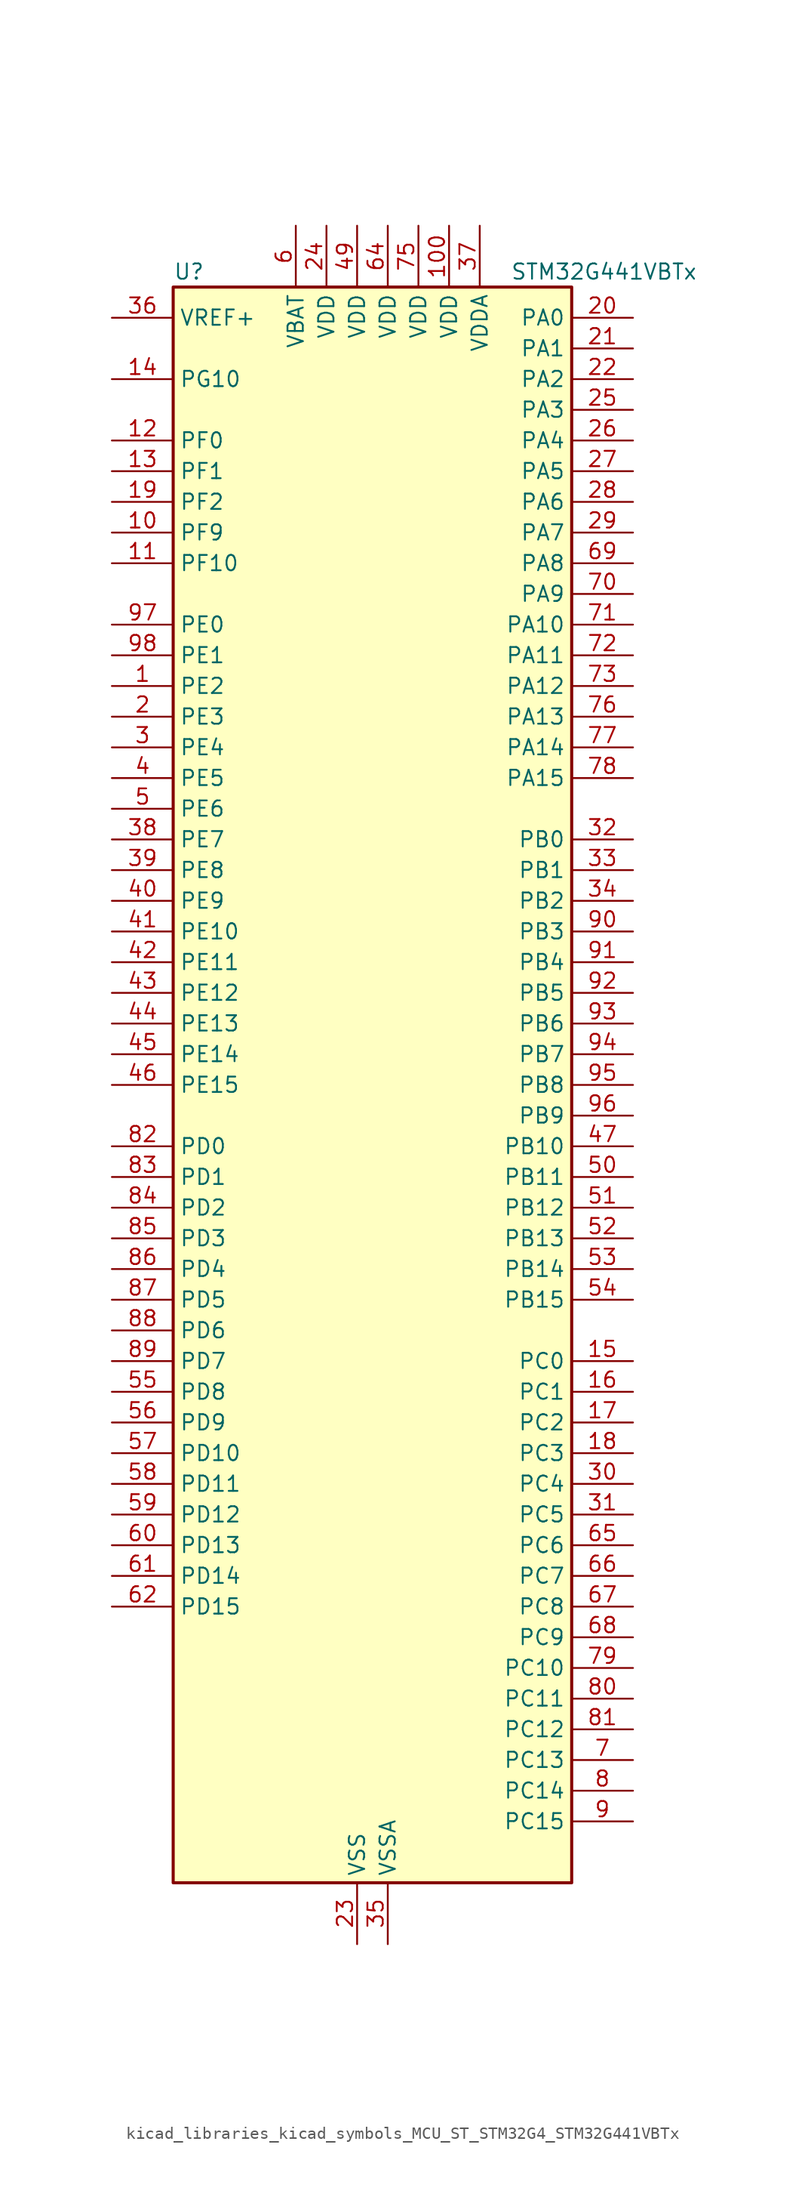
<source format=kicad_sym>
(kicad_symbol_lib
  (version 20220914)
  (generator kicad_symbol_editor)
  (symbol "kicad_libraries_kicad_symbols_MCU_ST_STM32G4_STM32G441VBTx"
    (property "Reference" "U"
      (at -15.24 67.31 0)
      (effects (font (size 1.27 1.27)) (justify left)))
    (property "Value" "STM32G441VBTx"
      (at 12.7 67.31 0)
      (effects (font (size 1.27 1.27)) (justify left)))
    (property "ki_locked" ""
      (at 0 0 0)
      (effects (font (size 1.27 1.27))))
    (symbol "kicad_libraries_kicad_symbols_MCU_ST_STM32G4_STM32G441VBTx_0_1"
      (rectangle (start -15.24 -66.04) (end 17.78 66.04) (stroke (width 0.254) (type default)) (fill (type background))))
    (symbol "kicad_libraries_kicad_symbols_MCU_ST_STM32G4_STM32G441VBTx_1_1"
      (pin bidirectional line (at -20.32 33.02 0) (length 5.08) (name "PE2" (effects (font (size 1.27 1.27)))) (number "1" (effects (font (size 1.27 1.27)))) (alternate "SAI1_CK1" bidirectional line) (alternate "SAI1_MCLK_A" bidirectional line) (alternate "SYS_TRACECLK" bidirectional line) (alternate "TIM3_CH1" bidirectional line))
      (pin bidirectional line (at -20.32 45.72 0) (length 5.08) (name "PF9" (effects (font (size 1.27 1.27)))) (number "10" (effects (font (size 1.27 1.27)))) (alternate "DAC1_EXTI9" bidirectional line) (alternate "DAC3_EXTI9" bidirectional line) (alternate "SAI1_FS_B" bidirectional line) (alternate "SPI2_SCK" bidirectional line) (alternate "TIM15_CH1" bidirectional line))
      (pin power_in line (at 7.62 71.12 270) (length 5.08) (name "VDD" (effects (font (size 1.27 1.27)))) (number "100" (effects (font (size 1.27 1.27)))))
      (pin bidirectional line (at -20.32 43.18 0) (length 5.08) (name "PF10" (effects (font (size 1.27 1.27)))) (number "11" (effects (font (size 1.27 1.27)))) (alternate "DAC1_EXTI10" bidirectional line) (alternate "DAC3_EXTI10" bidirectional line) (alternate "SAI1_D3" bidirectional line) (alternate "SPI2_SCK" bidirectional line) (alternate "TIM15_CH2" bidirectional line))
      (pin bidirectional line (at -20.32 53.34 0) (length 5.08) (name "PF0" (effects (font (size 1.27 1.27)))) (number "12" (effects (font (size 1.27 1.27)))) (alternate "ADC1_IN10" bidirectional line) (alternate "I2C2_SDA" bidirectional line) (alternate "I2S2_WS" bidirectional line) (alternate "RCC_OSC_IN" bidirectional line) (alternate "SPI2_NSS" bidirectional line) (alternate "TIM1_CH3N" bidirectional line))
      (pin bidirectional line (at -20.32 50.8 0) (length 5.08) (name "PF1" (effects (font (size 1.27 1.27)))) (number "13" (effects (font (size 1.27 1.27)))) (alternate "ADC2_IN10" bidirectional line) (alternate "COMP3_INM" bidirectional line) (alternate "I2S2_CK" bidirectional line) (alternate "RCC_OSC_OUT" bidirectional line) (alternate "SPI2_SCK" bidirectional line))
      (pin bidirectional line (at -20.32 58.42 0) (length 5.08) (name "PG10" (effects (font (size 1.27 1.27)))) (number "14" (effects (font (size 1.27 1.27)))) (alternate "DAC1_EXTI10" bidirectional line) (alternate "DAC3_EXTI10" bidirectional line) (alternate "RCC_MCO" bidirectional line))
      (pin bidirectional line (at 22.86 -22.86 180) (length 5.08) (name "PC0" (effects (font (size 1.27 1.27)))) (number "15" (effects (font (size 1.27 1.27)))) (alternate "ADC1_IN6" bidirectional line) (alternate "ADC2_IN6" bidirectional line) (alternate "COMP3_INM" bidirectional line) (alternate "LPTIM1_IN1" bidirectional line) (alternate "LPUART1_RX" bidirectional line) (alternate "TIM1_CH1" bidirectional line))
      (pin bidirectional line (at 22.86 -25.4 180) (length 5.08) (name "PC1" (effects (font (size 1.27 1.27)))) (number "16" (effects (font (size 1.27 1.27)))) (alternate "ADC1_IN7" bidirectional line) (alternate "ADC2_IN7" bidirectional line) (alternate "COMP3_INP" bidirectional line) (alternate "LPTIM1_OUT" bidirectional line) (alternate "LPUART1_TX" bidirectional line) (alternate "SAI1_SD_A" bidirectional line) (alternate "TIM1_CH2" bidirectional line))
      (pin bidirectional line (at 22.86 -27.94 180) (length 5.08) (name "PC2" (effects (font (size 1.27 1.27)))) (number "17" (effects (font (size 1.27 1.27)))) (alternate "ADC1_IN8" bidirectional line) (alternate "ADC2_IN8" bidirectional line) (alternate "COMP3_OUT" bidirectional line) (alternate "LPTIM1_IN2" bidirectional line) (alternate "TIM1_CH3" bidirectional line))
      (pin bidirectional line (at 22.86 -30.48 180) (length 5.08) (name "PC3" (effects (font (size 1.27 1.27)))) (number "18" (effects (font (size 1.27 1.27)))) (alternate "ADC1_IN9" bidirectional line) (alternate "ADC2_IN9" bidirectional line) (alternate "LPTIM1_ETR" bidirectional line) (alternate "SAI1_D1" bidirectional line) (alternate "SAI1_SD_A" bidirectional line) (alternate "TIM1_BKIN2" bidirectional line) (alternate "TIM1_CH4" bidirectional line))
      (pin bidirectional line (at -20.32 48.26 0) (length 5.08) (name "PF2" (effects (font (size 1.27 1.27)))) (number "19" (effects (font (size 1.27 1.27)))) (alternate "I2C2_SMBA" bidirectional line))
      (pin bidirectional line (at -20.32 30.48 0) (length 5.08) (name "PE3" (effects (font (size 1.27 1.27)))) (number "2" (effects (font (size 1.27 1.27)))) (alternate "SAI1_SD_B" bidirectional line) (alternate "SYS_TRACED0" bidirectional line) (alternate "TIM3_CH2" bidirectional line))
      (pin bidirectional line (at 22.86 63.5 180) (length 5.08) (name "PA0" (effects (font (size 1.27 1.27)))) (number "20" (effects (font (size 1.27 1.27)))) (alternate "ADC1_IN1" bidirectional line) (alternate "ADC2_IN1" bidirectional line) (alternate "COMP1_INM" bidirectional line) (alternate "COMP1_OUT" bidirectional line) (alternate "COMP3_INP" bidirectional line) (alternate "RTC_TAMP2" bidirectional line) (alternate "SYS_WKUP1" bidirectional line) (alternate "TIM2_CH1" bidirectional line) (alternate "TIM2_ETR" bidirectional line) (alternate "TIM8_BKIN" bidirectional line) (alternate "TIM8_ETR" bidirectional line) (alternate "USART2_CTS" bidirectional line) (alternate "USART2_NSS" bidirectional line))
      (pin bidirectional line (at 22.86 60.96 180) (length 5.08) (name "PA1" (effects (font (size 1.27 1.27)))) (number "21" (effects (font (size 1.27 1.27)))) (alternate "ADC1_IN2" bidirectional line) (alternate "ADC2_IN2" bidirectional line) (alternate "COMP1_INP" bidirectional line) (alternate "OPAMP1_VINP" bidirectional line) (alternate "OPAMP1_VINP_SEC" bidirectional line) (alternate "OPAMP3_VINP" bidirectional line) (alternate "OPAMP3_VINP_SEC" bidirectional line) (alternate "RTC_REFIN" bidirectional line) (alternate "TIM15_CH1N" bidirectional line) (alternate "TIM2_CH2" bidirectional line) (alternate "USART2_DE" bidirectional line) (alternate "USART2_RTS" bidirectional line))
      (pin bidirectional line (at 22.86 58.42 180) (length 5.08) (name "PA2" (effects (font (size 1.27 1.27)))) (number "22" (effects (font (size 1.27 1.27)))) (alternate "ADC1_IN3" bidirectional line) (alternate "COMP2_INM" bidirectional line) (alternate "COMP2_OUT" bidirectional line) (alternate "LPUART1_TX" bidirectional line) (alternate "OPAMP1_VOUT" bidirectional line) (alternate "RCC_LSCO" bidirectional line) (alternate "SYS_WKUP4" bidirectional line) (alternate "TIM15_CH1" bidirectional line) (alternate "TIM2_CH3" bidirectional line) (alternate "UCPD1_FRSTX1" bidirectional line) (alternate "UCPD1_FRSTX2" bidirectional line) (alternate "USART2_TX" bidirectional line))
      (pin power_in line (at 0 -71.12 90) (length 5.08) (name "VSS" (effects (font (size 1.27 1.27)))) (number "23" (effects (font (size 1.27 1.27)))))
      (pin power_in line (at -2.54 71.12 270) (length 5.08) (name "VDD" (effects (font (size 1.27 1.27)))) (number "24" (effects (font (size 1.27 1.27)))))
      (pin bidirectional line (at 22.86 55.88 180) (length 5.08) (name "PA3" (effects (font (size 1.27 1.27)))) (number "25" (effects (font (size 1.27 1.27)))) (alternate "ADC1_IN4" bidirectional line) (alternate "COMP2_INP" bidirectional line) (alternate "LPUART1_RX" bidirectional line) (alternate "OPAMP1_VINM" bidirectional line) (alternate "OPAMP1_VINM0" bidirectional line) (alternate "OPAMP1_VINM_SEC" bidirectional line) (alternate "OPAMP1_VINP" bidirectional line) (alternate "OPAMP1_VINP_SEC" bidirectional line) (alternate "SAI1_CK1" bidirectional line) (alternate "SAI1_MCLK_A" bidirectional line) (alternate "TIM15_CH2" bidirectional line) (alternate "TIM2_CH4" bidirectional line) (alternate "USART2_RX" bidirectional line))
      (pin bidirectional line (at 22.86 53.34 180) (length 5.08) (name "PA4" (effects (font (size 1.27 1.27)))) (number "26" (effects (font (size 1.27 1.27)))) (alternate "ADC2_IN17" bidirectional line) (alternate "COMP1_INM" bidirectional line) (alternate "DAC1_OUT1" bidirectional line) (alternate "I2S3_WS" bidirectional line) (alternate "SAI1_FS_B" bidirectional line) (alternate "SPI1_NSS" bidirectional line) (alternate "SPI3_NSS" bidirectional line) (alternate "TIM3_CH2" bidirectional line) (alternate "USART2_CK" bidirectional line))
      (pin bidirectional line (at 22.86 50.8 180) (length 5.08) (name "PA5" (effects (font (size 1.27 1.27)))) (number "27" (effects (font (size 1.27 1.27)))) (alternate "ADC2_IN13" bidirectional line) (alternate "COMP2_INM" bidirectional line) (alternate "DAC1_OUT2" bidirectional line) (alternate "OPAMP2_VINM" bidirectional line) (alternate "OPAMP2_VINM0" bidirectional line) (alternate "OPAMP2_VINM_SEC" bidirectional line) (alternate "SPI1_SCK" bidirectional line) (alternate "TIM2_CH1" bidirectional line) (alternate "TIM2_ETR" bidirectional line) (alternate "UCPD1_FRSTX1" bidirectional line) (alternate "UCPD1_FRSTX2" bidirectional line))
      (pin bidirectional line (at 22.86 48.26 180) (length 5.08) (name "PA6" (effects (font (size 1.27 1.27)))) (number "28" (effects (font (size 1.27 1.27)))) (alternate "ADC2_IN3" bidirectional line) (alternate "COMP1_OUT" bidirectional line) (alternate "LPUART1_CTS" bidirectional line) (alternate "OPAMP2_VOUT" bidirectional line) (alternate "SPI1_MISO" bidirectional line) (alternate "TIM16_CH1" bidirectional line) (alternate "TIM1_BKIN" bidirectional line) (alternate "TIM3_CH1" bidirectional line) (alternate "TIM8_BKIN" bidirectional line))
      (pin bidirectional line (at 22.86 45.72 180) (length 5.08) (name "PA7" (effects (font (size 1.27 1.27)))) (number "29" (effects (font (size 1.27 1.27)))) (alternate "ADC2_IN4" bidirectional line) (alternate "COMP2_INP" bidirectional line) (alternate "COMP2_OUT" bidirectional line) (alternate "OPAMP1_VINP" bidirectional line) (alternate "OPAMP1_VINP_SEC" bidirectional line) (alternate "OPAMP2_VINP" bidirectional line) (alternate "OPAMP2_VINP_SEC" bidirectional line) (alternate "SPI1_MOSI" bidirectional line) (alternate "TIM17_CH1" bidirectional line) (alternate "TIM1_CH1N" bidirectional line) (alternate "TIM3_CH2" bidirectional line) (alternate "TIM8_CH1N" bidirectional line) (alternate "UCPD1_FRSTX1" bidirectional line) (alternate "UCPD1_FRSTX2" bidirectional line))
      (pin bidirectional line (at -20.32 27.94 0) (length 5.08) (name "PE4" (effects (font (size 1.27 1.27)))) (number "3" (effects (font (size 1.27 1.27)))) (alternate "SAI1_D2" bidirectional line) (alternate "SAI1_FS_A" bidirectional line) (alternate "SYS_TRACED1" bidirectional line) (alternate "TIM3_CH3" bidirectional line))
      (pin bidirectional line (at 22.86 -33.02 180) (length 5.08) (name "PC4" (effects (font (size 1.27 1.27)))) (number "30" (effects (font (size 1.27 1.27)))) (alternate "ADC2_IN5" bidirectional line) (alternate "I2C2_SCL" bidirectional line) (alternate "TIM1_ETR" bidirectional line) (alternate "USART1_TX" bidirectional line))
      (pin bidirectional line (at 22.86 -35.56 180) (length 5.08) (name "PC5" (effects (font (size 1.27 1.27)))) (number "31" (effects (font (size 1.27 1.27)))) (alternate "ADC2_IN11" bidirectional line) (alternate "OPAMP1_VINM" bidirectional line) (alternate "OPAMP1_VINM1" bidirectional line) (alternate "OPAMP1_VINM_SEC" bidirectional line) (alternate "OPAMP2_VINM" bidirectional line) (alternate "OPAMP2_VINM1" bidirectional line) (alternate "OPAMP2_VINM_SEC" bidirectional line) (alternate "SAI1_D3" bidirectional line) (alternate "SYS_WKUP5" bidirectional line) (alternate "TIM15_BKIN" bidirectional line) (alternate "TIM1_CH4N" bidirectional line) (alternate "USART1_RX" bidirectional line))
      (pin bidirectional line (at 22.86 20.32 180) (length 5.08) (name "PB0" (effects (font (size 1.27 1.27)))) (number "32" (effects (font (size 1.27 1.27)))) (alternate "ADC1_IN15" bidirectional line) (alternate "COMP4_INP" bidirectional line) (alternate "OPAMP2_VINP" bidirectional line) (alternate "OPAMP2_VINP_SEC" bidirectional line) (alternate "OPAMP3_VINP" bidirectional line) (alternate "OPAMP3_VINP_SEC" bidirectional line) (alternate "TIM1_CH2N" bidirectional line) (alternate "TIM3_CH3" bidirectional line) (alternate "TIM8_CH2N" bidirectional line) (alternate "UCPD1_FRSTX1" bidirectional line) (alternate "UCPD1_FRSTX2" bidirectional line))
      (pin bidirectional line (at 22.86 17.78 180) (length 5.08) (name "PB1" (effects (font (size 1.27 1.27)))) (number "33" (effects (font (size 1.27 1.27)))) (alternate "ADC1_IN12" bidirectional line) (alternate "COMP1_INP" bidirectional line) (alternate "COMP4_OUT" bidirectional line) (alternate "LPUART1_DE" bidirectional line) (alternate "LPUART1_RTS" bidirectional line) (alternate "OPAMP3_VOUT" bidirectional line) (alternate "TIM1_CH3N" bidirectional line) (alternate "TIM3_CH4" bidirectional line) (alternate "TIM8_CH3N" bidirectional line))
      (pin bidirectional line (at 22.86 15.24 180) (length 5.08) (name "PB2" (effects (font (size 1.27 1.27)))) (number "34" (effects (font (size 1.27 1.27)))) (alternate "ADC2_IN12" bidirectional line) (alternate "COMP4_INM" bidirectional line) (alternate "I2C3_SMBA" bidirectional line) (alternate "LPTIM1_OUT" bidirectional line) (alternate "OPAMP3_VINM" bidirectional line) (alternate "OPAMP3_VINM0" bidirectional line) (alternate "OPAMP3_VINM_SEC" bidirectional line) (alternate "RTC_OUT2" bidirectional line))
      (pin power_in line (at 2.54 -71.12 90) (length 5.08) (name "VSSA" (effects (font (size 1.27 1.27)))) (number "35" (effects (font (size 1.27 1.27)))))
      (pin input line (at -20.32 63.5 0) (length 5.08) (name "VREF+" (effects (font (size 1.27 1.27)))) (number "36" (effects (font (size 1.27 1.27)))) (alternate "VREFBUF_OUT" bidirectional line))
      (pin power_in line (at 10.16 71.12 270) (length 5.08) (name "VDDA" (effects (font (size 1.27 1.27)))) (number "37" (effects (font (size 1.27 1.27)))))
      (pin bidirectional line (at -20.32 20.32 0) (length 5.08) (name "PE7" (effects (font (size 1.27 1.27)))) (number "38" (effects (font (size 1.27 1.27)))) (alternate "COMP4_INP" bidirectional line) (alternate "SAI1_SD_B" bidirectional line) (alternate "TIM1_ETR" bidirectional line))
      (pin bidirectional line (at -20.32 17.78 0) (length 5.08) (name "PE8" (effects (font (size 1.27 1.27)))) (number "39" (effects (font (size 1.27 1.27)))) (alternate "COMP4_INM" bidirectional line) (alternate "SAI1_SCK_B" bidirectional line) (alternate "TIM1_CH1N" bidirectional line))
      (pin bidirectional line (at -20.32 25.4 0) (length 5.08) (name "PE5" (effects (font (size 1.27 1.27)))) (number "4" (effects (font (size 1.27 1.27)))) (alternate "SAI1_CK2" bidirectional line) (alternate "SAI1_SCK_A" bidirectional line) (alternate "SYS_TRACED2" bidirectional line) (alternate "TIM3_CH4" bidirectional line))
      (pin bidirectional line (at -20.32 15.24 0) (length 5.08) (name "PE9" (effects (font (size 1.27 1.27)))) (number "40" (effects (font (size 1.27 1.27)))) (alternate "DAC1_EXTI9" bidirectional line) (alternate "DAC3_EXTI9" bidirectional line) (alternate "SAI1_FS_B" bidirectional line) (alternate "TIM1_CH1" bidirectional line))
      (pin bidirectional line (at -20.32 12.7 0) (length 5.08) (name "PE10" (effects (font (size 1.27 1.27)))) (number "41" (effects (font (size 1.27 1.27)))) (alternate "DAC1_EXTI10" bidirectional line) (alternate "DAC3_EXTI10" bidirectional line) (alternate "SAI1_MCLK_B" bidirectional line) (alternate "TIM1_CH2N" bidirectional line))
      (pin bidirectional line (at -20.32 10.16 0) (length 5.08) (name "PE11" (effects (font (size 1.27 1.27)))) (number "42" (effects (font (size 1.27 1.27)))) (alternate "ADC1_EXTI11" bidirectional line) (alternate "ADC2_EXTI11" bidirectional line) (alternate "TIM1_CH2" bidirectional line))
      (pin bidirectional line (at -20.32 7.62 0) (length 5.08) (name "PE12" (effects (font (size 1.27 1.27)))) (number "43" (effects (font (size 1.27 1.27)))) (alternate "TIM1_CH3N" bidirectional line))
      (pin bidirectional line (at -20.32 5.08 0) (length 5.08) (name "PE13" (effects (font (size 1.27 1.27)))) (number "44" (effects (font (size 1.27 1.27)))) (alternate "TIM1_CH3" bidirectional line))
      (pin bidirectional line (at -20.32 2.54 0) (length 5.08) (name "PE14" (effects (font (size 1.27 1.27)))) (number "45" (effects (font (size 1.27 1.27)))) (alternate "TIM1_BKIN2" bidirectional line) (alternate "TIM1_CH4" bidirectional line))
      (pin bidirectional line (at -20.32 0 0) (length 5.08) (name "PE15" (effects (font (size 1.27 1.27)))) (number "46" (effects (font (size 1.27 1.27)))) (alternate "ADC1_EXTI15" bidirectional line) (alternate "ADC2_EXTI15" bidirectional line) (alternate "TIM1_BKIN" bidirectional line) (alternate "TIM1_CH4N" bidirectional line) (alternate "USART3_RX" bidirectional line))
      (pin bidirectional line (at 22.86 -5.08 180) (length 5.08) (name "PB10" (effects (font (size 1.27 1.27)))) (number "47" (effects (font (size 1.27 1.27)))) (alternate "DAC1_EXTI10" bidirectional line) (alternate "DAC3_EXTI10" bidirectional line) (alternate "LPUART1_RX" bidirectional line) (alternate "OPAMP3_VINM" bidirectional line) (alternate "OPAMP3_VINM1" bidirectional line) (alternate "OPAMP3_VINM_SEC" bidirectional line) (alternate "SAI1_SCK_A" bidirectional line) (alternate "TIM1_BKIN" bidirectional line) (alternate "TIM2_CH3" bidirectional line) (alternate "USART3_TX" bidirectional line))
      (pin passive line (at 0 -71.12 90) (length 5.08) hide (name "VSS" (effects (font (size 1.27 1.27)))) (number "48" (effects (font (size 1.27 1.27)))))
      (pin power_in line (at 0 71.12 270) (length 5.08) (name "VDD" (effects (font (size 1.27 1.27)))) (number "49" (effects (font (size 1.27 1.27)))))
      (pin bidirectional line (at -20.32 22.86 0) (length 5.08) (name "PE6" (effects (font (size 1.27 1.27)))) (number "5" (effects (font (size 1.27 1.27)))) (alternate "RTC_TAMP3" bidirectional line) (alternate "SAI1_D1" bidirectional line) (alternate "SAI1_SD_A" bidirectional line) (alternate "SYS_TRACED3" bidirectional line) (alternate "SYS_WKUP3" bidirectional line))
      (pin bidirectional line (at 22.86 -7.62 180) (length 5.08) (name "PB11" (effects (font (size 1.27 1.27)))) (number "50" (effects (font (size 1.27 1.27)))) (alternate "ADC1_EXTI11" bidirectional line) (alternate "ADC1_IN14" bidirectional line) (alternate "ADC2_EXTI11" bidirectional line) (alternate "ADC2_IN14" bidirectional line) (alternate "LPUART1_TX" bidirectional line) (alternate "TIM2_CH4" bidirectional line) (alternate "USART3_RX" bidirectional line))
      (pin bidirectional line (at 22.86 -10.16 180) (length 5.08) (name "PB12" (effects (font (size 1.27 1.27)))) (number "51" (effects (font (size 1.27 1.27)))) (alternate "ADC1_IN11" bidirectional line) (alternate "I2C2_SMBA" bidirectional line) (alternate "I2S2_WS" bidirectional line) (alternate "LPUART1_DE" bidirectional line) (alternate "LPUART1_RTS" bidirectional line) (alternate "SPI2_NSS" bidirectional line) (alternate "TIM1_BKIN" bidirectional line) (alternate "USART3_CK" bidirectional line))
      (pin bidirectional line (at 22.86 -12.7 180) (length 5.08) (name "PB13" (effects (font (size 1.27 1.27)))) (number "52" (effects (font (size 1.27 1.27)))) (alternate "I2S2_CK" bidirectional line) (alternate "LPUART1_CTS" bidirectional line) (alternate "OPAMP3_VINP" bidirectional line) (alternate "OPAMP3_VINP_SEC" bidirectional line) (alternate "SPI2_SCK" bidirectional line) (alternate "TIM1_CH1N" bidirectional line) (alternate "USART3_CTS" bidirectional line) (alternate "USART3_NSS" bidirectional line))
      (pin bidirectional line (at 22.86 -15.24 180) (length 5.08) (name "PB14" (effects (font (size 1.27 1.27)))) (number "53" (effects (font (size 1.27 1.27)))) (alternate "ADC1_IN5" bidirectional line) (alternate "COMP4_OUT" bidirectional line) (alternate "OPAMP2_VINP" bidirectional line) (alternate "OPAMP2_VINP_SEC" bidirectional line) (alternate "SPI2_MISO" bidirectional line) (alternate "TIM15_CH1" bidirectional line) (alternate "TIM1_CH2N" bidirectional line) (alternate "USART3_DE" bidirectional line) (alternate "USART3_RTS" bidirectional line))
      (pin bidirectional line (at 22.86 -17.78 180) (length 5.08) (name "PB15" (effects (font (size 1.27 1.27)))) (number "54" (effects (font (size 1.27 1.27)))) (alternate "ADC1_EXTI15" bidirectional line) (alternate "ADC2_EXTI15" bidirectional line) (alternate "ADC2_IN15" bidirectional line) (alternate "COMP3_OUT" bidirectional line) (alternate "I2S2_SD" bidirectional line) (alternate "RTC_REFIN" bidirectional line) (alternate "SPI2_MOSI" bidirectional line) (alternate "TIM15_CH1N" bidirectional line) (alternate "TIM15_CH2" bidirectional line) (alternate "TIM1_CH3N" bidirectional line))
      (pin bidirectional line (at -20.32 -25.4 0) (length 5.08) (name "PD8" (effects (font (size 1.27 1.27)))) (number "55" (effects (font (size 1.27 1.27)))) (alternate "USART3_TX" bidirectional line))
      (pin bidirectional line (at -20.32 -27.94 0) (length 5.08) (name "PD9" (effects (font (size 1.27 1.27)))) (number "56" (effects (font (size 1.27 1.27)))) (alternate "DAC1_EXTI9" bidirectional line) (alternate "DAC3_EXTI9" bidirectional line) (alternate "USART3_RX" bidirectional line))
      (pin bidirectional line (at -20.32 -30.48 0) (length 5.08) (name "PD10" (effects (font (size 1.27 1.27)))) (number "57" (effects (font (size 1.27 1.27)))) (alternate "DAC1_EXTI10" bidirectional line) (alternate "DAC3_EXTI10" bidirectional line) (alternate "USART3_CK" bidirectional line))
      (pin bidirectional line (at -20.32 -33.02 0) (length 5.08) (name "PD11" (effects (font (size 1.27 1.27)))) (number "58" (effects (font (size 1.27 1.27)))) (alternate "ADC1_EXTI11" bidirectional line) (alternate "ADC2_EXTI11" bidirectional line) (alternate "USART3_CTS" bidirectional line) (alternate "USART3_NSS" bidirectional line))
      (pin bidirectional line (at -20.32 -35.56 0) (length 5.08) (name "PD12" (effects (font (size 1.27 1.27)))) (number "59" (effects (font (size 1.27 1.27)))) (alternate "TIM4_CH1" bidirectional line) (alternate "USART3_DE" bidirectional line) (alternate "USART3_RTS" bidirectional line))
      (pin power_in line (at -5.08 71.12 270) (length 5.08) (name "VBAT" (effects (font (size 1.27 1.27)))) (number "6" (effects (font (size 1.27 1.27)))))
      (pin bidirectional line (at -20.32 -38.1 0) (length 5.08) (name "PD13" (effects (font (size 1.27 1.27)))) (number "60" (effects (font (size 1.27 1.27)))) (alternate "TIM4_CH2" bidirectional line))
      (pin bidirectional line (at -20.32 -40.64 0) (length 5.08) (name "PD14" (effects (font (size 1.27 1.27)))) (number "61" (effects (font (size 1.27 1.27)))) (alternate "OPAMP2_VINP" bidirectional line) (alternate "OPAMP2_VINP_SEC" bidirectional line) (alternate "TIM4_CH3" bidirectional line))
      (pin bidirectional line (at -20.32 -43.18 0) (length 5.08) (name "PD15" (effects (font (size 1.27 1.27)))) (number "62" (effects (font (size 1.27 1.27)))) (alternate "ADC1_EXTI15" bidirectional line) (alternate "ADC2_EXTI15" bidirectional line) (alternate "SPI2_NSS" bidirectional line) (alternate "TIM4_CH4" bidirectional line))
      (pin passive line (at 0 -71.12 90) (length 5.08) hide (name "VSS" (effects (font (size 1.27 1.27)))) (number "63" (effects (font (size 1.27 1.27)))))
      (pin power_in line (at 2.54 71.12 270) (length 5.08) (name "VDD" (effects (font (size 1.27 1.27)))) (number "64" (effects (font (size 1.27 1.27)))))
      (pin bidirectional line (at 22.86 -38.1 180) (length 5.08) (name "PC6" (effects (font (size 1.27 1.27)))) (number "65" (effects (font (size 1.27 1.27)))) (alternate "I2S2_MCK" bidirectional line) (alternate "TIM3_CH1" bidirectional line) (alternate "TIM8_CH1" bidirectional line))
      (pin bidirectional line (at 22.86 -40.64 180) (length 5.08) (name "PC7" (effects (font (size 1.27 1.27)))) (number "66" (effects (font (size 1.27 1.27)))) (alternate "I2S3_MCK" bidirectional line) (alternate "TIM3_CH2" bidirectional line) (alternate "TIM8_CH2" bidirectional line))
      (pin bidirectional line (at 22.86 -43.18 180) (length 5.08) (name "PC8" (effects (font (size 1.27 1.27)))) (number "67" (effects (font (size 1.27 1.27)))) (alternate "I2C3_SCL" bidirectional line) (alternate "TIM3_CH3" bidirectional line) (alternate "TIM8_CH3" bidirectional line))
      (pin bidirectional line (at 22.86 -45.72 180) (length 5.08) (name "PC9" (effects (font (size 1.27 1.27)))) (number "68" (effects (font (size 1.27 1.27)))) (alternate "DAC1_EXTI9" bidirectional line) (alternate "DAC3_EXTI9" bidirectional line) (alternate "I2C3_SDA" bidirectional line) (alternate "I2S_CKIN" bidirectional line) (alternate "TIM3_CH4" bidirectional line) (alternate "TIM8_BKIN2" bidirectional line) (alternate "TIM8_CH4" bidirectional line))
      (pin bidirectional line (at 22.86 43.18 180) (length 5.08) (name "PA8" (effects (font (size 1.27 1.27)))) (number "69" (effects (font (size 1.27 1.27)))) (alternate "I2C2_SDA" bidirectional line) (alternate "I2C3_SCL" bidirectional line) (alternate "I2S2_MCK" bidirectional line) (alternate "RCC_MCO" bidirectional line) (alternate "SAI1_CK2" bidirectional line) (alternate "SAI1_SCK_A" bidirectional line) (alternate "TIM1_CH1" bidirectional line) (alternate "TIM4_ETR" bidirectional line) (alternate "USART1_CK" bidirectional line))
      (pin bidirectional line (at 22.86 -55.88 180) (length 5.08) (name "PC13" (effects (font (size 1.27 1.27)))) (number "7" (effects (font (size 1.27 1.27)))) (alternate "RTC_OUT1" bidirectional line) (alternate "RTC_TAMP1" bidirectional line) (alternate "RTC_TS" bidirectional line) (alternate "SYS_WKUP2" bidirectional line) (alternate "TIM1_BKIN" bidirectional line) (alternate "TIM1_CH1N" bidirectional line) (alternate "TIM8_CH4N" bidirectional line))
      (pin bidirectional line (at 22.86 40.64 180) (length 5.08) (name "PA9" (effects (font (size 1.27 1.27)))) (number "70" (effects (font (size 1.27 1.27)))) (alternate "DAC1_EXTI9" bidirectional line) (alternate "DAC3_EXTI9" bidirectional line) (alternate "I2C2_SCL" bidirectional line) (alternate "I2C3_SMBA" bidirectional line) (alternate "I2S3_MCK" bidirectional line) (alternate "SAI1_FS_A" bidirectional line) (alternate "TIM15_BKIN" bidirectional line) (alternate "TIM1_CH2" bidirectional line) (alternate "TIM2_CH3" bidirectional line) (alternate "UCPD1_DBCC1" bidirectional line) (alternate "USART1_TX" bidirectional line))
      (pin bidirectional line (at 22.86 38.1 180) (length 5.08) (name "PA10" (effects (font (size 1.27 1.27)))) (number "71" (effects (font (size 1.27 1.27)))) (alternate "CRS_SYNC" bidirectional line) (alternate "DAC1_EXTI10" bidirectional line) (alternate "DAC3_EXTI10" bidirectional line) (alternate "I2C2_SMBA" bidirectional line) (alternate "SAI1_D1" bidirectional line) (alternate "SAI1_SD_A" bidirectional line) (alternate "SPI2_MISO" bidirectional line) (alternate "TIM17_BKIN" bidirectional line) (alternate "TIM1_CH3" bidirectional line) (alternate "TIM2_CH4" bidirectional line) (alternate "TIM8_BKIN" bidirectional line) (alternate "UCPD1_DBCC2" bidirectional line) (alternate "USART1_RX" bidirectional line))
      (pin bidirectional line (at 22.86 35.56 180) (length 5.08) (name "PA11" (effects (font (size 1.27 1.27)))) (number "72" (effects (font (size 1.27 1.27)))) (alternate "ADC1_EXTI11" bidirectional line) (alternate "ADC2_EXTI11" bidirectional line) (alternate "COMP1_OUT" bidirectional line) (alternate "FDCAN1_RX" bidirectional line) (alternate "I2S2_SD" bidirectional line) (alternate "SPI2_MOSI" bidirectional line) (alternate "TIM1_BKIN2" bidirectional line) (alternate "TIM1_CH1N" bidirectional line) (alternate "TIM1_CH4" bidirectional line) (alternate "TIM4_CH1" bidirectional line) (alternate "USART1_CTS" bidirectional line) (alternate "USART1_NSS" bidirectional line) (alternate "USB_DM" bidirectional line))
      (pin bidirectional line (at 22.86 33.02 180) (length 5.08) (name "PA12" (effects (font (size 1.27 1.27)))) (number "73" (effects (font (size 1.27 1.27)))) (alternate "COMP2_OUT" bidirectional line) (alternate "FDCAN1_TX" bidirectional line) (alternate "I2S_CKIN" bidirectional line) (alternate "TIM16_CH1" bidirectional line) (alternate "TIM1_CH2N" bidirectional line) (alternate "TIM1_ETR" bidirectional line) (alternate "TIM4_CH2" bidirectional line) (alternate "USART1_DE" bidirectional line) (alternate "USART1_RTS" bidirectional line) (alternate "USB_DP" bidirectional line))
      (pin passive line (at 0 -71.12 90) (length 5.08) hide (name "VSS" (effects (font (size 1.27 1.27)))) (number "74" (effects (font (size 1.27 1.27)))))
      (pin power_in line (at 5.08 71.12 270) (length 5.08) (name "VDD" (effects (font (size 1.27 1.27)))) (number "75" (effects (font (size 1.27 1.27)))))
      (pin bidirectional line (at 22.86 30.48 180) (length 5.08) (name "PA13" (effects (font (size 1.27 1.27)))) (number "76" (effects (font (size 1.27 1.27)))) (alternate "I2C1_SCL" bidirectional line) (alternate "IR_OUT" bidirectional line) (alternate "SAI1_SD_B" bidirectional line) (alternate "SYS_JTMS-SWDIO" bidirectional line) (alternate "TIM16_CH1N" bidirectional line) (alternate "TIM4_CH3" bidirectional line) (alternate "USART3_CTS" bidirectional line) (alternate "USART3_NSS" bidirectional line))
      (pin bidirectional line (at 22.86 27.94 180) (length 5.08) (name "PA14" (effects (font (size 1.27 1.27)))) (number "77" (effects (font (size 1.27 1.27)))) (alternate "I2C1_SDA" bidirectional line) (alternate "LPTIM1_OUT" bidirectional line) (alternate "SAI1_FS_B" bidirectional line) (alternate "SYS_JTCK-SWCLK" bidirectional line) (alternate "TIM1_BKIN" bidirectional line) (alternate "TIM8_CH2" bidirectional line) (alternate "USART2_TX" bidirectional line))
      (pin bidirectional line (at 22.86 25.4 180) (length 5.08) (name "PA15" (effects (font (size 1.27 1.27)))) (number "78" (effects (font (size 1.27 1.27)))) (alternate "ADC1_EXTI15" bidirectional line) (alternate "ADC2_EXTI15" bidirectional line) (alternate "I2C1_SCL" bidirectional line) (alternate "I2S3_WS" bidirectional line) (alternate "SPI1_NSS" bidirectional line) (alternate "SPI3_NSS" bidirectional line) (alternate "SYS_JTDI" bidirectional line) (alternate "TIM1_BKIN" bidirectional line) (alternate "TIM2_CH1" bidirectional line) (alternate "TIM2_ETR" bidirectional line) (alternate "TIM8_CH1" bidirectional line) (alternate "UART4_DE" bidirectional line) (alternate "UART4_RTS" bidirectional line) (alternate "USART2_RX" bidirectional line))
      (pin bidirectional line (at 22.86 -48.26 180) (length 5.08) (name "PC10" (effects (font (size 1.27 1.27)))) (number "79" (effects (font (size 1.27 1.27)))) (alternate "DAC1_EXTI10" bidirectional line) (alternate "DAC3_EXTI10" bidirectional line) (alternate "I2S3_CK" bidirectional line) (alternate "SPI3_SCK" bidirectional line) (alternate "TIM8_CH1N" bidirectional line) (alternate "UART4_TX" bidirectional line) (alternate "USART3_TX" bidirectional line))
      (pin bidirectional line (at 22.86 -58.42 180) (length 5.08) (name "PC14" (effects (font (size 1.27 1.27)))) (number "8" (effects (font (size 1.27 1.27)))) (alternate "RCC_OSC32_IN" bidirectional line))
      (pin bidirectional line (at 22.86 -50.8 180) (length 5.08) (name "PC11" (effects (font (size 1.27 1.27)))) (number "80" (effects (font (size 1.27 1.27)))) (alternate "ADC1_EXTI11" bidirectional line) (alternate "ADC2_EXTI11" bidirectional line) (alternate "I2C3_SDA" bidirectional line) (alternate "SPI3_MISO" bidirectional line) (alternate "TIM8_CH2N" bidirectional line) (alternate "UART4_RX" bidirectional line) (alternate "USART3_RX" bidirectional line))
      (pin bidirectional line (at 22.86 -53.34 180) (length 5.08) (name "PC12" (effects (font (size 1.27 1.27)))) (number "81" (effects (font (size 1.27 1.27)))) (alternate "I2S3_SD" bidirectional line) (alternate "SPI3_MOSI" bidirectional line) (alternate "TIM8_CH3N" bidirectional line) (alternate "UCPD1_FRSTX1" bidirectional line) (alternate "UCPD1_FRSTX2" bidirectional line) (alternate "USART3_CK" bidirectional line))
      (pin bidirectional line (at -20.32 -5.08 0) (length 5.08) (name "PD0" (effects (font (size 1.27 1.27)))) (number "82" (effects (font (size 1.27 1.27)))) (alternate "FDCAN1_RX" bidirectional line) (alternate "TIM8_CH4N" bidirectional line))
      (pin bidirectional line (at -20.32 -7.62 0) (length 5.08) (name "PD1" (effects (font (size 1.27 1.27)))) (number "83" (effects (font (size 1.27 1.27)))) (alternate "FDCAN1_TX" bidirectional line) (alternate "TIM8_BKIN2" bidirectional line) (alternate "TIM8_CH4" bidirectional line))
      (pin bidirectional line (at -20.32 -10.16 0) (length 5.08) (name "PD2" (effects (font (size 1.27 1.27)))) (number "84" (effects (font (size 1.27 1.27)))) (alternate "TIM3_ETR" bidirectional line) (alternate "TIM8_BKIN" bidirectional line))
      (pin bidirectional line (at -20.32 -12.7 0) (length 5.08) (name "PD3" (effects (font (size 1.27 1.27)))) (number "85" (effects (font (size 1.27 1.27)))) (alternate "TIM2_CH1" bidirectional line) (alternate "TIM2_ETR" bidirectional line) (alternate "USART2_CTS" bidirectional line) (alternate "USART2_NSS" bidirectional line))
      (pin bidirectional line (at -20.32 -15.24 0) (length 5.08) (name "PD4" (effects (font (size 1.27 1.27)))) (number "86" (effects (font (size 1.27 1.27)))) (alternate "TIM2_CH2" bidirectional line) (alternate "USART2_DE" bidirectional line) (alternate "USART2_RTS" bidirectional line))
      (pin bidirectional line (at -20.32 -17.78 0) (length 5.08) (name "PD5" (effects (font (size 1.27 1.27)))) (number "87" (effects (font (size 1.27 1.27)))) (alternate "USART2_TX" bidirectional line))
      (pin bidirectional line (at -20.32 -20.32 0) (length 5.08) (name "PD6" (effects (font (size 1.27 1.27)))) (number "88" (effects (font (size 1.27 1.27)))) (alternate "SAI1_D1" bidirectional line) (alternate "SAI1_SD_A" bidirectional line) (alternate "TIM2_CH4" bidirectional line) (alternate "USART2_RX" bidirectional line))
      (pin bidirectional line (at -20.32 -22.86 0) (length 5.08) (name "PD7" (effects (font (size 1.27 1.27)))) (number "89" (effects (font (size 1.27 1.27)))) (alternate "TIM2_CH3" bidirectional line) (alternate "USART2_CK" bidirectional line))
      (pin bidirectional line (at 22.86 -60.96 180) (length 5.08) (name "PC15" (effects (font (size 1.27 1.27)))) (number "9" (effects (font (size 1.27 1.27)))) (alternate "ADC1_EXTI15" bidirectional line) (alternate "ADC2_EXTI15" bidirectional line) (alternate "RCC_OSC32_OUT" bidirectional line))
      (pin bidirectional line (at 22.86 12.7 180) (length 5.08) (name "PB3" (effects (font (size 1.27 1.27)))) (number "90" (effects (font (size 1.27 1.27)))) (alternate "CRS_SYNC" bidirectional line) (alternate "I2S3_CK" bidirectional line) (alternate "SAI1_SCK_B" bidirectional line) (alternate "SPI1_SCK" bidirectional line) (alternate "SPI3_SCK" bidirectional line) (alternate "SYS_JTDO-SWO" bidirectional line) (alternate "TIM2_CH2" bidirectional line) (alternate "TIM3_ETR" bidirectional line) (alternate "TIM4_ETR" bidirectional line) (alternate "TIM8_CH1N" bidirectional line) (alternate "USART2_TX" bidirectional line))
      (pin bidirectional line (at 22.86 10.16 180) (length 5.08) (name "PB4" (effects (font (size 1.27 1.27)))) (number "91" (effects (font (size 1.27 1.27)))) (alternate "SAI1_MCLK_B" bidirectional line) (alternate "SPI1_MISO" bidirectional line) (alternate "SPI3_MISO" bidirectional line) (alternate "SYS_JTRST" bidirectional line) (alternate "TIM16_CH1" bidirectional line) (alternate "TIM17_BKIN" bidirectional line) (alternate "TIM3_CH1" bidirectional line) (alternate "TIM8_CH2N" bidirectional line) (alternate "UCPD1_CC2" bidirectional line) (alternate "USART2_RX" bidirectional line))
      (pin bidirectional line (at 22.86 7.62 180) (length 5.08) (name "PB5" (effects (font (size 1.27 1.27)))) (number "92" (effects (font (size 1.27 1.27)))) (alternate "I2C1_SMBA" bidirectional line) (alternate "I2C3_SDA" bidirectional line) (alternate "I2S3_SD" bidirectional line) (alternate "LPTIM1_IN1" bidirectional line) (alternate "SAI1_SD_B" bidirectional line) (alternate "SPI1_MOSI" bidirectional line) (alternate "SPI3_MOSI" bidirectional line) (alternate "TIM16_BKIN" bidirectional line) (alternate "TIM17_CH1" bidirectional line) (alternate "TIM3_CH2" bidirectional line) (alternate "TIM8_CH3N" bidirectional line) (alternate "USART2_CK" bidirectional line))
      (pin bidirectional line (at 22.86 5.08 180) (length 5.08) (name "PB6" (effects (font (size 1.27 1.27)))) (number "93" (effects (font (size 1.27 1.27)))) (alternate "COMP4_OUT" bidirectional line) (alternate "LPTIM1_ETR" bidirectional line) (alternate "SAI1_FS_B" bidirectional line) (alternate "TIM16_CH1N" bidirectional line) (alternate "TIM4_CH1" bidirectional line) (alternate "TIM8_BKIN2" bidirectional line) (alternate "TIM8_CH1" bidirectional line) (alternate "TIM8_ETR" bidirectional line) (alternate "UCPD1_CC1" bidirectional line) (alternate "USART1_TX" bidirectional line))
      (pin bidirectional line (at 22.86 2.54 180) (length 5.08) (name "PB7" (effects (font (size 1.27 1.27)))) (number "94" (effects (font (size 1.27 1.27)))) (alternate "COMP3_OUT" bidirectional line) (alternate "I2C1_SDA" bidirectional line) (alternate "LPTIM1_IN2" bidirectional line) (alternate "SYS_PVD_IN" bidirectional line) (alternate "TIM17_CH1N" bidirectional line) (alternate "TIM3_CH4" bidirectional line) (alternate "TIM4_CH2" bidirectional line) (alternate "TIM8_BKIN" bidirectional line) (alternate "UART4_CTS" bidirectional line) (alternate "USART1_RX" bidirectional line))
      (pin bidirectional line (at 22.86 0 180) (length 5.08) (name "PB8" (effects (font (size 1.27 1.27)))) (number "95" (effects (font (size 1.27 1.27)))) (alternate "COMP1_OUT" bidirectional line) (alternate "FDCAN1_RX" bidirectional line) (alternate "I2C1_SCL" bidirectional line) (alternate "SAI1_CK1" bidirectional line) (alternate "SAI1_MCLK_A" bidirectional line) (alternate "TIM16_CH1" bidirectional line) (alternate "TIM1_BKIN" bidirectional line) (alternate "TIM4_CH3" bidirectional line) (alternate "TIM8_CH2" bidirectional line) (alternate "USART3_RX" bidirectional line))
      (pin bidirectional line (at 22.86 -2.54 180) (length 5.08) (name "PB9" (effects (font (size 1.27 1.27)))) (number "96" (effects (font (size 1.27 1.27)))) (alternate "COMP2_OUT" bidirectional line) (alternate "DAC1_EXTI9" bidirectional line) (alternate "DAC3_EXTI9" bidirectional line) (alternate "FDCAN1_TX" bidirectional line) (alternate "I2C1_SDA" bidirectional line) (alternate "IR_OUT" bidirectional line) (alternate "SAI1_D2" bidirectional line) (alternate "SAI1_FS_A" bidirectional line) (alternate "TIM17_CH1" bidirectional line) (alternate "TIM1_CH3N" bidirectional line) (alternate "TIM4_CH4" bidirectional line) (alternate "TIM8_CH3" bidirectional line) (alternate "USART3_TX" bidirectional line))
      (pin bidirectional line (at -20.32 38.1 0) (length 5.08) (name "PE0" (effects (font (size 1.27 1.27)))) (number "97" (effects (font (size 1.27 1.27)))) (alternate "TIM16_CH1" bidirectional line) (alternate "TIM4_ETR" bidirectional line) (alternate "USART1_TX" bidirectional line))
      (pin bidirectional line (at -20.32 35.56 0) (length 5.08) (name "PE1" (effects (font (size 1.27 1.27)))) (number "98" (effects (font (size 1.27 1.27)))) (alternate "TIM17_CH1" bidirectional line) (alternate "USART1_RX" bidirectional line))
      (pin passive line (at 0 -71.12 90) (length 5.08) hide (name "VSS" (effects (font (size 1.27 1.27)))) (number "99" (effects (font (size 1.27 1.27))))))))
</source>
